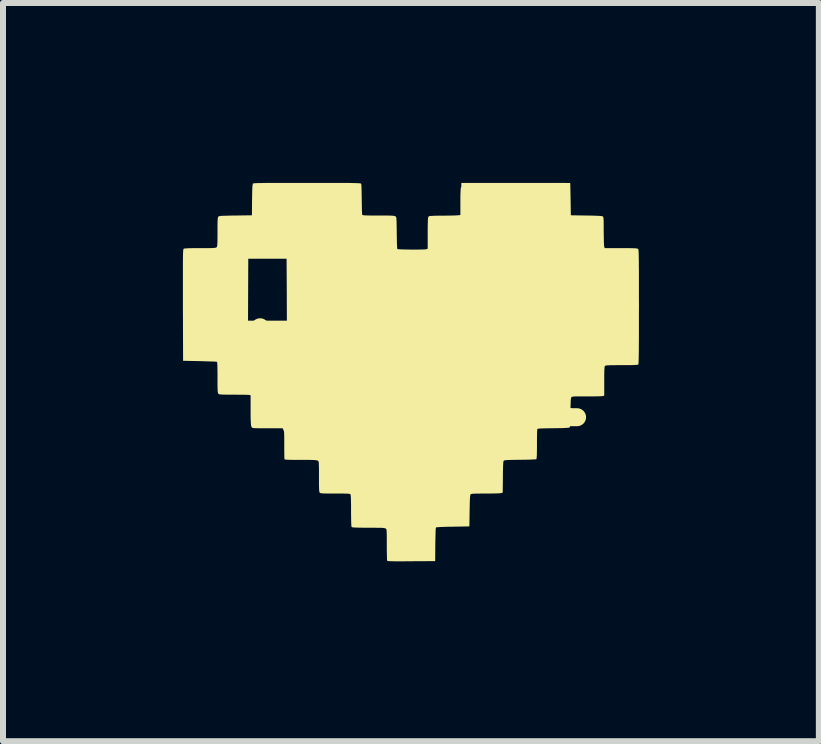
<source format=kicad_pcb>
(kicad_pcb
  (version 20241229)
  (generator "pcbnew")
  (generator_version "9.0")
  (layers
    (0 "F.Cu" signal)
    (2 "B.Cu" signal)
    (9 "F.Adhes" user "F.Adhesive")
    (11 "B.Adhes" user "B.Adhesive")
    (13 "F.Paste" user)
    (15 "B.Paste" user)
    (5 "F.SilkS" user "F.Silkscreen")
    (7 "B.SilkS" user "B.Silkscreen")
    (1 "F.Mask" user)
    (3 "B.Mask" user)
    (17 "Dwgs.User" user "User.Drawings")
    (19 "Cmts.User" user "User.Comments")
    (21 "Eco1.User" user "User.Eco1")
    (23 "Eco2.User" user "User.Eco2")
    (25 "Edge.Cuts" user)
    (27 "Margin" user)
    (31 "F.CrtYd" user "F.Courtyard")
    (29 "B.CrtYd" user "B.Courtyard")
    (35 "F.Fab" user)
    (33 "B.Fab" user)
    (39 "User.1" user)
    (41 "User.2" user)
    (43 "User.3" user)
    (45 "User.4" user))
  (footprint "heart"
    (layer "F.Cu")
    (at 3.823 3.229)
    (property "Reference" "heart" (at 0 0 0) (layer "F.SilkS") (effects (font (size 1.5 1.5) (thickness 0.3))))
    (attr board_only exclude_from_pos_files exclude_from_bom)
    (fp_poly (pts (xy 1.85 -3.229) (xy 1.969 -3.229) (xy 2.081 -3.229) (xy 2.187 -3.229) (xy 2.284 -3.229) (xy 2.371 -3.228) (xy 2.448 -3.228) (xy 2.514 -3.228) (xy 2.566 -3.228) (xy 2.605 -3.227) (xy 2.628 -3.227) (xy 2.635 -3.227) (xy 2.636 -3.218) (xy 2.637 -3.194) (xy 2.638 -3.157) (xy 2.639 -3.109) (xy 2.64 -3.052) (xy 2.641 -2.988) (xy 2.642 -2.957) (xy 2.646 -2.689) (xy 2.906 -2.685) (xy 2.984 -2.684) (xy 3.047 -2.682) (xy 3.095 -2.68) (xy 3.131 -2.678) (xy 3.156 -2.676) (xy 3.172 -2.673) (xy 3.18 -2.669) (xy 3.18 -2.669) (xy 3.184 -2.664) (xy 3.188 -2.655) (xy 3.19 -2.64) (xy 3.192 -2.618) (xy 3.193 -2.587) (xy 3.194 -2.543) (xy 3.194 -2.487) (xy 3.194 -2.421) (xy 3.195 -2.356) (xy 3.196 -2.297) (xy 3.197 -2.245) (xy 3.199 -2.204) (xy 3.201 -2.176) (xy 3.203 -2.163) (xy 3.211 -2.141) (xy 3.483 -2.141) (xy 3.56 -2.141) (xy 3.621 -2.141) (xy 3.669 -2.14) (xy 3.705 -2.139) (xy 3.731 -2.137) (xy 3.749 -2.135) (xy 3.76 -2.132) (xy 3.767 -2.129) (xy 3.768 -2.128) (xy 3.77 -2.124) (xy 3.772 -2.118) (xy 3.774 -2.108) (xy 3.775 -2.092) (xy 3.776 -2.072) (xy 3.778 -2.044) (xy 3.778 -2.009) (xy 3.779 -1.965) (xy 3.78 -1.912) (xy 3.78 -1.848) (xy 3.781 -1.773) (xy 3.781 -1.685) (xy 3.781 -1.584) (xy 3.781 -1.469) (xy 3.781 -1.338) (xy 3.782 -1.192) (xy 3.782 -1.162) (xy 3.781 -1.006) (xy 3.781 -0.865) (xy 3.781 -0.741) (xy 3.781 -0.631) (xy 3.78 -0.536) (xy 3.78 -0.455) (xy 3.779 -0.386) (xy 3.778 -0.329) (xy 3.777 -0.284) (xy 3.776 -0.249) (xy 3.775 -0.224) (xy 3.773 -0.208) (xy 3.772 -0.201) (xy 3.771 -0.2) (xy 3.763 -0.197) (xy 3.744 -0.195) (xy 3.713 -0.193) (xy 3.67 -0.191) (xy 3.612 -0.19) (xy 3.539 -0.19) (xy 3.494 -0.19) (xy 3.417 -0.19) (xy 3.355 -0.189) (xy 3.307 -0.189) (xy 3.272 -0.187) (xy 3.246 -0.186) (xy 3.229 -0.183) (xy 3.219 -0.18) (xy 3.215 -0.178) (xy 3.212 -0.171) (xy 3.209 -0.159) (xy 3.207 -0.139) (xy 3.205 -0.109) (xy 3.204 -0.068) (xy 3.203 -0.014) (xy 3.203 0.055) (xy 3.203 0.077) (xy 3.203 0.319) (xy 3.177 0.326) (xy 3.162 0.327) (xy 3.132 0.329) (xy 3.089 0.33) (xy 3.037 0.331) (xy 2.978 0.331) (xy 2.914 0.331) (xy 2.91 0.331) (xy 2.838 0.331) (xy 2.782 0.331) (xy 2.739 0.331) (xy 2.708 0.332) (xy 2.686 0.334) (xy 2.671 0.336) (xy 2.662 0.34) (xy 2.656 0.344) (xy 2.656 0.344) (xy 2.652 0.351) (xy 2.649 0.363) (xy 2.646 0.383) (xy 2.644 0.411) (xy 2.643 0.45) (xy 2.641 0.502) (xy 2.64 0.569) (xy 2.64 0.598) (xy 2.639 0.673) (xy 2.638 0.733) (xy 2.636 0.778) (xy 2.634 0.811) (xy 2.631 0.833) (xy 2.628 0.845) (xy 2.626 0.848) (xy 2.619 0.851) (xy 2.603 0.854) (xy 2.577 0.856) (xy 2.539 0.858) (xy 2.489 0.86) (xy 2.424 0.861) (xy 2.355 0.862) (xy 2.274 0.863) (xy 2.21 0.864) (xy 2.161 0.865) (xy 2.125 0.867) (xy 2.102 0.87) (xy 2.09 0.873) (xy 2.088 0.875) (xy 2.086 0.886) (xy 2.084 0.912) (xy 2.083 0.95) (xy 2.082 0.999) (xy 2.081 1.056) (xy 2.081 1.119) (xy 2.081 1.128) (xy 2.081 1.204) (xy 2.08 1.264) (xy 2.079 1.31) (xy 2.077 1.343) (xy 2.075 1.364) (xy 2.072 1.376) (xy 2.07 1.379) (xy 2.059 1.381) (xy 2.033 1.382) (xy 1.994 1.384) (xy 1.944 1.386) (xy 1.886 1.387) (xy 1.822 1.388) (xy 1.799 1.388) (xy 1.724 1.389) (xy 1.664 1.39) (xy 1.618 1.391) (xy 1.583 1.393) (xy 1.559 1.395) (xy 1.543 1.397) (xy 1.533 1.4) (xy 1.527 1.404) (xy 1.527 1.405) (xy 1.523 1.413) (xy 1.52 1.429) (xy 1.518 1.455) (xy 1.516 1.492) (xy 1.515 1.542) (xy 1.513 1.607) (xy 1.513 1.677) (xy 1.51 1.935) (xy 1.488 1.943) (xy 1.474 1.945) (xy 1.445 1.947) (xy 1.404 1.949) (xy 1.353 1.95) (xy 1.294 1.951) (xy 1.231 1.951) (xy 1.226 1.951) (xy 1.155 1.951) (xy 1.099 1.952) (xy 1.056 1.952) (xy 1.025 1.954) (xy 1.003 1.955) (xy 0.988 1.958) (xy 0.98 1.961) (xy 0.974 1.965) (xy 0.971 1.973) (xy 0.968 1.989) (xy 0.965 2.014) (xy 0.963 2.049) (xy 0.961 2.097) (xy 0.96 2.159) (xy 0.958 2.237) (xy 0.958 2.24) (xy 0.954 2.499) (xy 0.68 2.504) (xy 0.599 2.505) (xy 0.53 2.507) (xy 0.474 2.509) (xy 0.433 2.512) (xy 0.407 2.514) (xy 0.398 2.517) (xy 0.395 2.528) (xy 0.392 2.556) (xy 0.39 2.6) (xy 0.389 2.658) (xy 0.387 2.731) (xy 0.386 2.802) (xy 0.384 3.078) (xy -0.014 3.08) (xy -0.108 3.081) (xy -0.186 3.081) (xy -0.25 3.081) (xy -0.301 3.081) (xy -0.34 3.08) (xy -0.37 3.079) (xy -0.391 3.078) (xy -0.405 3.076) (xy -0.413 3.073) (xy -0.417 3.07) (xy -0.418 3.069) (xy -0.419 3.057) (xy -0.42 3.03) (xy -0.421 2.99) (xy -0.422 2.94) (xy -0.423 2.882) (xy -0.423 2.819) (xy -0.423 2.801) (xy -0.423 2.729) (xy -0.423 2.671) (xy -0.424 2.627) (xy -0.425 2.595) (xy -0.426 2.572) (xy -0.428 2.556) (xy -0.431 2.546) (xy -0.435 2.54) (xy -0.44 2.536) (xy -0.442 2.534) (xy -0.45 2.531) (xy -0.462 2.528) (xy -0.48 2.525) (xy -0.505 2.523) (xy -0.541 2.522) (xy -0.588 2.522) (xy -0.649 2.521) (xy -0.725 2.521) (xy -0.73 2.521) (xy -0.812 2.521) (xy -0.878 2.52) (xy -0.929 2.519) (xy -0.966 2.517) (xy -0.991 2.515) (xy -1.005 2.512) (xy -1.008 2.511) (xy -1.012 2.502) (xy -1.014 2.483) (xy -1.016 2.452) (xy -1.017 2.408) (xy -1.018 2.35) (xy -1.019 2.276) (xy -1.019 2.242) (xy -1.019 2.163) (xy -1.02 2.095) (xy -1.021 2.041) (xy -1.023 2) (xy -1.026 1.975) (xy -1.028 1.968) (xy -1.031 1.963) (xy -1.037 1.959) (xy -1.046 1.956) (xy -1.062 1.954) (xy -1.086 1.953) (xy -1.12 1.952) (xy -1.166 1.951) (xy -1.225 1.951) (xy -1.282 1.951) (xy -1.355 1.951) (xy -1.412 1.951) (xy -1.456 1.95) (xy -1.489 1.949) (xy -1.511 1.947) (xy -1.527 1.944) (xy -1.536 1.941) (xy -1.54 1.938) (xy -1.544 1.932) (xy -1.548 1.922) (xy -1.55 1.905) (xy -1.552 1.881) (xy -1.553 1.847) (xy -1.554 1.802) (xy -1.554 1.742) (xy -1.554 1.67) (xy -1.554 1.598) (xy -1.554 1.54) (xy -1.555 1.496) (xy -1.556 1.464) (xy -1.557 1.441) (xy -1.559 1.425) (xy -1.562 1.415) (xy -1.566 1.409) (xy -1.571 1.405) (xy -1.573 1.403) (xy -1.581 1.4) (xy -1.593 1.397) (xy -1.611 1.394) (xy -1.637 1.392) (xy -1.673 1.391) (xy -1.72 1.39) (xy -1.781 1.39) (xy -1.858 1.39) (xy -1.939 1.39) (xy -2.007 1.389) (xy -2.061 1.388) (xy -2.099 1.386) (xy -2.122 1.383) (xy -2.128 1.381) (xy -2.13 1.371) (xy -2.131 1.345) (xy -2.132 1.307) (xy -2.132 1.259) (xy -2.133 1.203) (xy -2.133 1.146) (xy -2.133 1.075) (xy -2.133 1.019) (xy -2.134 0.977) (xy -2.135 0.945) (xy -2.137 0.922) (xy -2.14 0.906) (xy -2.144 0.894) (xy -2.146 0.891) (xy -2.16 0.863) (xy -2.399 0.863) (xy -2.462 0.863) (xy -2.52 0.863) (xy -2.571 0.862) (xy -2.613 0.861) (xy -2.641 0.86) (xy -2.656 0.858) (xy -2.656 0.858) (xy -2.666 0.854) (xy -2.675 0.847) (xy -2.681 0.835) (xy -2.686 0.817) (xy -2.689 0.79) (xy -2.691 0.754) (xy -2.693 0.705) (xy -2.694 0.643) (xy -2.694 0.565) (xy -2.694 0.562) (xy -2.694 0.313) (xy -2.713 0.308) (xy -2.727 0.306) (xy -2.755 0.305) (xy -2.796 0.304) (xy -2.846 0.303) (xy -2.905 0.303) (xy -2.968 0.302) (xy -2.975 0.302) (xy -3.047 0.302) (xy -3.103 0.302) (xy -3.146 0.301) (xy -3.177 0.3) (xy -3.199 0.298) (xy -3.214 0.296) (xy -3.224 0.293) (xy -3.23 0.288) (xy -3.232 0.286) (xy -3.236 0.28) (xy -3.239 0.271) (xy -3.242 0.255) (xy -3.244 0.233) (xy -3.245 0.201) (xy -3.246 0.159) (xy -3.246 0.103) (xy -3.246 0.032) (xy -3.246 0.014) (xy -3.246 -0.063) (xy -3.247 -0.125) (xy -3.248 -0.172) (xy -3.249 -0.206) (xy -3.251 -0.229) (xy -3.254 -0.242) (xy -3.257 -0.246) (xy -3.268 -0.247) (xy -3.294 -0.249) (xy -3.333 -0.251) (xy -3.383 -0.252) (xy -3.442 -0.254) (xy -3.507 -0.256) (xy -3.544 -0.257) (xy -3.82 -0.263) (xy -3.822 -0.932) (xy -2.737 -0.932) (xy -2.413 -0.932) (xy -2.089 -0.932) (xy -2.091 -1.448) (xy -2.094 -1.964) (xy -2.413 -1.964) (xy -2.733 -1.964) (xy -2.735 -1.448) (xy -2.737 -0.932) (xy -3.822 -0.932) (xy -3.823 -1.191) (xy -3.823 -1.338) (xy -3.823 -1.469) (xy -3.823 -1.585) (xy -3.823 -1.686) (xy -3.823 -1.773) (xy -3.823 -1.849) (xy -3.823 -1.912) (xy -3.822 -1.966) (xy -3.822 -2.009) (xy -3.821 -2.044) (xy -3.82 -2.072) (xy -3.819 -2.093) (xy -3.817 -2.108) (xy -3.816 -2.118) (xy -3.814 -2.125) (xy -3.812 -2.129) (xy -3.81 -2.13) (xy -3.801 -2.134) (xy -3.782 -2.136) (xy -3.753 -2.138) (xy -3.711 -2.14) (xy -3.656 -2.141) (xy -3.585 -2.141) (xy -3.535 -2.141) (xy -3.461 -2.141) (xy -3.402 -2.141) (xy -3.357 -2.142) (xy -3.323 -2.143) (xy -3.298 -2.145) (xy -3.282 -2.147) (xy -3.271 -2.15) (xy -3.264 -2.153) (xy -3.261 -2.157) (xy -3.256 -2.163) (xy -3.253 -2.173) (xy -3.25 -2.189) (xy -3.249 -2.212) (xy -3.247 -2.245) (xy -3.247 -2.289) (xy -3.246 -2.347) (xy -3.246 -2.41) (xy -3.246 -2.483) (xy -3.246 -2.541) (xy -3.245 -2.586) (xy -3.243 -2.618) (xy -3.241 -2.641) (xy -3.238 -2.655) (xy -3.234 -2.664) (xy -3.234 -2.664) (xy -3.23 -2.669) (xy -3.223 -2.672) (xy -3.213 -2.675) (xy -3.197 -2.678) (xy -3.173 -2.68) (xy -3.139 -2.681) (xy -3.094 -2.682) (xy -3.036 -2.684) (xy -2.963 -2.685) (xy -2.947 -2.685) (xy -2.672 -2.689) (xy -2.67 -2.931) (xy -2.669 -2.995) (xy -2.668 -3.053) (xy -2.667 -3.103) (xy -2.665 -3.144) (xy -2.664 -3.172) (xy -2.662 -3.185) (xy -2.662 -3.186) (xy -2.658 -3.206) (xy -2.658 -3.214) (xy -2.658 -3.216) (xy -2.656 -3.218) (xy -2.65 -3.22) (xy -2.641 -3.222) (xy -2.626 -3.223) (xy -2.606 -3.225) (xy -2.579 -3.226) (xy -2.544 -3.226) (xy -2.5 -3.227) (xy -2.447 -3.228) (xy -2.383 -3.228) (xy -2.307 -3.228) (xy -2.218 -3.229) (xy -2.116 -3.229) (xy -1.999 -3.229) (xy -1.866 -3.229) (xy -1.758 -3.229) (xy -1.614 -3.229) (xy -1.485 -3.229) (xy -1.372 -3.229) (xy -1.274 -3.229) (xy -1.188 -3.228) (xy -1.115 -3.228) (xy -1.054 -3.228) (xy -1.002 -3.227) (xy -0.961 -3.226) (xy -0.927 -3.225) (xy -0.902 -3.224) (xy -0.882 -3.223) (xy -0.869 -3.221) (xy -0.859 -3.22) (xy -0.854 -3.218) (xy -0.851 -3.215) (xy -0.85 -3.214) (xy -0.848 -3.202) (xy -0.846 -3.174) (xy -0.844 -3.135) (xy -0.843 -3.085) (xy -0.842 -3.027) (xy -0.841 -2.964) (xy -0.841 -2.957) (xy -0.84 -2.893) (xy -0.839 -2.835) (xy -0.838 -2.784) (xy -0.836 -2.743) (xy -0.835 -2.715) (xy -0.833 -2.701) (xy -0.833 -2.7) (xy -0.83 -2.696) (xy -0.824 -2.693) (xy -0.814 -2.69) (xy -0.796 -2.688) (xy -0.771 -2.687) (xy -0.734 -2.686) (xy -0.686 -2.685) (xy -0.624 -2.685) (xy -0.561 -2.685) (xy -0.486 -2.685) (xy -0.426 -2.685) (xy -0.379 -2.684) (xy -0.344 -2.683) (xy -0.319 -2.681) (xy -0.301 -2.679) (xy -0.289 -2.676) (xy -0.281 -2.673) (xy -0.277 -2.67) (xy -0.272 -2.665) (xy -0.268 -2.659) (xy -0.265 -2.649) (xy -0.263 -2.634) (xy -0.261 -2.611) (xy -0.26 -2.579) (xy -0.259 -2.536) (xy -0.258 -2.48) (xy -0.257 -2.409) (xy -0.257 -2.394) (xy -0.256 -2.329) (xy -0.255 -2.269) (xy -0.254 -2.217) (xy -0.252 -2.175) (xy -0.25 -2.144) (xy -0.248 -2.129) (xy -0.248 -2.127) (xy -0.237 -2.124) (xy -0.211 -2.122) (xy -0.174 -2.12) (xy -0.128 -2.119) (xy -0.076 -2.118) (xy -0.02 -2.117) (xy 0.036 -2.117) (xy 0.091 -2.117) (xy 0.141 -2.118) (xy 0.183 -2.119) (xy 0.214 -2.12) (xy 0.233 -2.123) (xy 0.236 -2.123) (xy 0.259 -2.132) (xy 0.259 -2.39) (xy 0.259 -2.466) (xy 0.26 -2.527) (xy 0.261 -2.574) (xy 0.262 -2.61) (xy 0.264 -2.635) (xy 0.266 -2.652) (xy 0.27 -2.662) (xy 0.271 -2.664) (xy 0.276 -2.669) (xy 0.282 -2.673) (xy 0.293 -2.676) (xy 0.309 -2.678) (xy 0.333 -2.679) (xy 0.367 -2.681) (xy 0.413 -2.682) (xy 0.472 -2.683) (xy 0.543 -2.683) (xy 0.622 -2.684) (xy 0.684 -2.685) (xy 0.732 -2.687) (xy 0.767 -2.689) (xy 0.789 -2.691) (xy 0.801 -2.694) (xy 0.803 -2.696) (xy 0.804 -2.707) (xy 0.804 -2.733) (xy 0.804 -2.772) (xy 0.804 -2.82) (xy 0.804 -2.876) (xy 0.804 -2.925) (xy 0.804 -2.987) (xy 0.805 -3.042) (xy 0.807 -3.087) (xy 0.809 -3.121) (xy 0.811 -3.142) (xy 0.812 -3.147) (xy 0.817 -3.158) (xy 0.82 -3.18) (xy 0.82 -3.191) (xy 0.82 -3.229) (xy 1.727 -3.229)) (stroke (width 0) (type solid)) (fill yes) (layer "F.SilkS")))
  (gr_rect
    (start -3 -3)
    (end 10.605 9.31)
    (stroke (width 0.1) (type default))
    (fill no)
    (layer "Edge.Cuts")))
</source>
